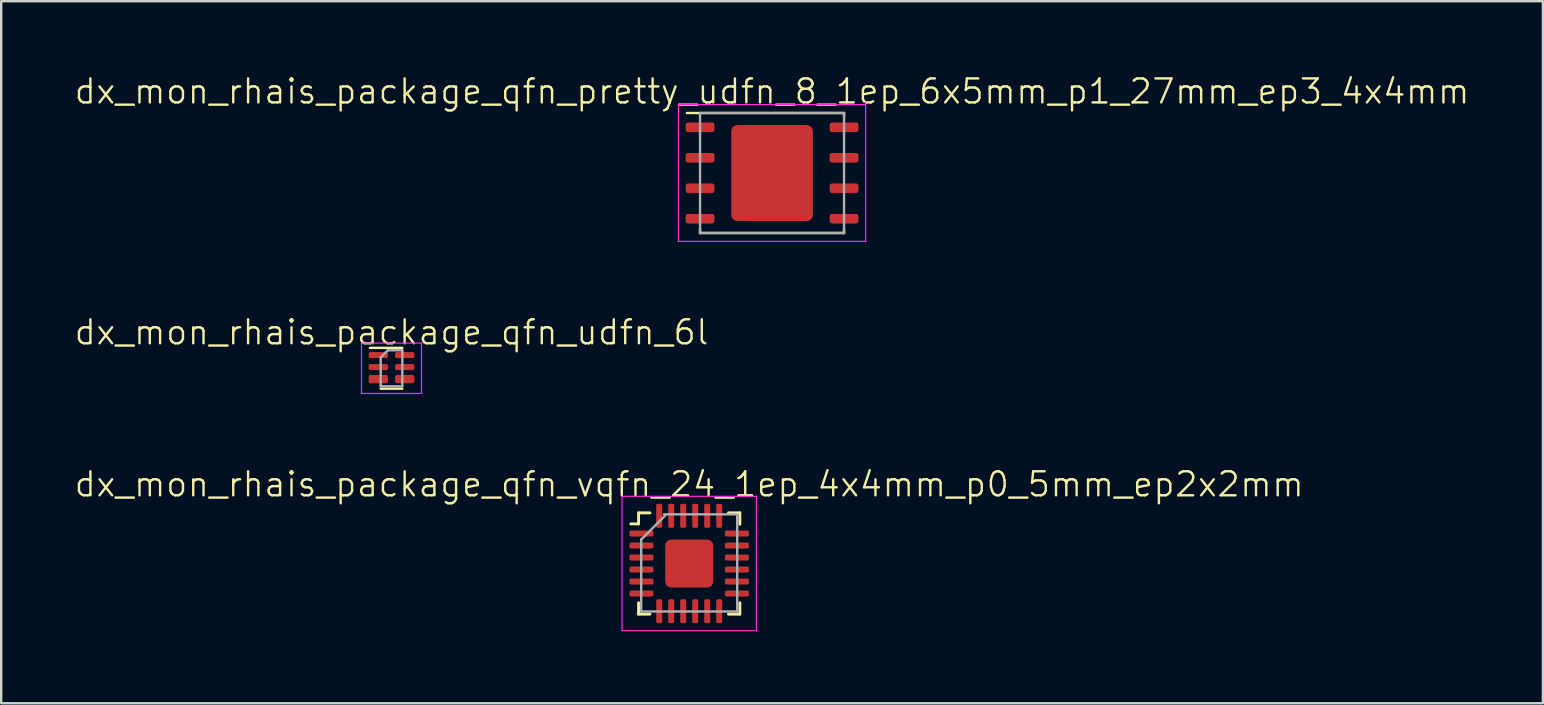
<source format=kicad_pcb>
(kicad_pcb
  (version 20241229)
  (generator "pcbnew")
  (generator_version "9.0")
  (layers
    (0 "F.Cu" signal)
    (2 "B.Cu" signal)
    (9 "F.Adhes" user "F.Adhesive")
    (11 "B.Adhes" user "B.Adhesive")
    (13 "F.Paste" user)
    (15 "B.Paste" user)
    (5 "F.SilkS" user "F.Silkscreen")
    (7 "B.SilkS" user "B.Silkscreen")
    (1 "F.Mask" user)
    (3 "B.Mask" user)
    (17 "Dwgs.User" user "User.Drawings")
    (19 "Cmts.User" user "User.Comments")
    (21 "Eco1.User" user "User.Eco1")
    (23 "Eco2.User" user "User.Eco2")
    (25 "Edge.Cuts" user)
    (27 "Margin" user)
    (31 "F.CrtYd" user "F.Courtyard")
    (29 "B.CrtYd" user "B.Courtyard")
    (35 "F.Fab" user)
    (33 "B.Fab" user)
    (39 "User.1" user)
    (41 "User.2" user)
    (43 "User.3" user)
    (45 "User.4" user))
  (footprint "dx_mon_rhais_package_qfn_udfn_6l"
    (layer "F.Cu")
    (at 13.264 12.296)
    (property "Reference" "dx_mon_rhais_package_qfn_udfn_6l" (at 0 -1.5 0) (unlocked yes) (layer "F.SilkS") (effects (font (size 1 1) (thickness 0.1))))
    (attr smd)
    (fp_line (start -0.9 -0.85) (end 0.45 -0.85) (stroke (width 0.1) (type solid)) (layer "F.SilkS"))
    (fp_line (start -0.45 0.85) (end 0.45 0.85) (stroke (width 0.1) (type solid)) (layer "F.SilkS"))
    (fp_line (start -1.25 -1.05) (end 1.25 -1.05) (stroke (width 0.05) (type solid)) (layer "F.CrtYd"))
    (fp_line (start -1.25 1.05) (end -1.25 -1.05) (stroke (width 0.05) (type solid)) (layer "F.CrtYd"))
    (fp_line (start 1.25 -1.05) (end 1.25 1.05) (stroke (width 0.05) (type solid)) (layer "F.CrtYd"))
    (fp_line (start 1.25 1.05) (end -1.25 1.05) (stroke (width 0.05) (type solid)) (layer "F.CrtYd"))
    (fp_line (start -0.45 -0.45) (end -0.45 0.75) (stroke (width 0.1) (type solid)) (layer "F.Fab"))
    (fp_line (start -0.45 -0.45) (end -0.15 -0.75) (stroke (width 0.1) (type solid)) (layer "F.Fab"))
    (fp_line (start -0.45 0.75) (end 0.45 0.75) (stroke (width 0.1) (type solid)) (layer "F.Fab"))
    (fp_line (start -0.15 -0.75) (end 0.45 -0.75) (stroke (width 0.1) (type solid)) (layer "F.Fab"))
    (fp_line (start 0.45 -0.75) (end 0.45 0.75) (stroke (width 0.1) (type solid)) (layer "F.Fab"))
    (pad "1" smd roundrect (at -0.55 -0.55 270) (size 0.25 0.8) (layers "F.Cu" "F.Mask" "F.Paste") (roundrect_rratio 0.25))
    (pad "2" smd roundrect (at -0.55 -0.05 270) (size 0.25 0.8) (layers "F.Cu" "F.Mask" "F.Paste") (roundrect_rratio 0.25))
    (pad "3" smd roundrect (at -0.55 0.45 270) (size 0.35 0.8) (layers "F.Cu" "F.Mask" "F.Paste") (roundrect_rratio 0.25))
    (pad "4" smd roundrect (at 0.55 0.45 270) (size 0.35 0.8) (layers "F.Cu" "F.Mask" "F.Paste") (roundrect_rratio 0.25))
    (pad "5" smd roundrect (at 0.55 -0.05 270) (size 0.25 0.8) (layers "F.Cu" "F.Mask" "F.Paste") (roundrect_rratio 0.25))
    (pad "6" smd roundrect (at 0.55 -0.55 270) (size 0.25 0.8) (layers "F.Cu" "F.Mask" "F.Paste") (roundrect_rratio 0.25)))
  (footprint "dx_mon_rhais_package_qfn_vqfn_24_1ep_4x4mm_p0_5mm_ep2x2mm"
    (layer "F.Cu")
    (at 25.669 20.431)
    (property "Reference" "dx_mon_rhais_package_qfn_vqfn_24_1ep_4x4mm_p0_5mm_ep2x2mm" (at 0 -3.3 0) (layer "F.SilkS") (effects (font (size 1 1) (thickness 0.1))))
    (attr smd)
    (fp_line (start -2.11 -2.11) (end -2.11 -1.65) (stroke (width 0.12) (type solid)) (layer "F.SilkS"))
    (fp_line (start -2.11 -1.65) (end -2.43 -1.65) (stroke (width 0.12) (type solid)) (layer "F.SilkS"))
    (fp_line (start -2.11 2.11) (end -2.11 1.635) (stroke (width 0.12) (type solid)) (layer "F.SilkS"))
    (fp_line (start -1.635 -2.11) (end -2.11 -2.11) (stroke (width 0.12) (type solid)) (layer "F.SilkS"))
    (fp_line (start -1.635 2.11) (end -2.11 2.11) (stroke (width 0.12) (type solid)) (layer "F.SilkS"))
    (fp_line (start 1.635 -2.11) (end 2.11 -2.11) (stroke (width 0.12) (type solid)) (layer "F.SilkS"))
    (fp_line (start 1.635 2.11) (end 2.11 2.11) (stroke (width 0.12) (type solid)) (layer "F.SilkS"))
    (fp_line (start 2.11 -2.11) (end 2.11 -1.635) (stroke (width 0.12) (type solid)) (layer "F.SilkS"))
    (fp_line (start 2.11 2.11) (end 2.11 1.635) (stroke (width 0.12) (type solid)) (layer "F.SilkS"))
    (fp_line (start -2.8 -2.8) (end -2.8 2.8) (stroke (width 0.05) (type solid)) (layer "F.CrtYd"))
    (fp_line (start -2.8 2.8) (end 2.8 2.8) (stroke (width 0.05) (type solid)) (layer "F.CrtYd"))
    (fp_line (start 2.8 -2.8) (end -2.8 -2.8) (stroke (width 0.05) (type solid)) (layer "F.CrtYd"))
    (fp_line (start 2.8 2.8) (end 2.8 -2.8) (stroke (width 0.05) (type solid)) (layer "F.CrtYd"))
    (fp_line (start -2 -1) (end -1 -2) (stroke (width 0.1) (type solid)) (layer "F.Fab"))
    (fp_line (start -2 2) (end -2 -1) (stroke (width 0.1) (type solid)) (layer "F.Fab"))
    (fp_line (start -1.05 -2.05) (end 1.95 -2.05) (stroke (width 0.1) (type solid)) (layer "F.Fab"))
    (fp_line (start 2 -2) (end 2 2) (stroke (width 0.1) (type solid)) (layer "F.Fab"))
    (fp_line (start 2 2) (end -2 2) (stroke (width 0.1) (type solid)) (layer "F.Fab"))
    (pad "" smd roundrect (at -0.42 -0.42) (size 0.66 0.66) (layers "F.Paste") (roundrect_rratio 0.25))
    (pad "" smd roundrect (at -0.42 0.42) (size 0.66 0.66) (layers "F.Paste") (roundrect_rratio 0.25))
    (pad "" smd roundrect (at 0.42 -0.42) (size 0.66 0.66) (layers "F.Paste") (roundrect_rratio 0.25))
    (pad "" smd roundrect (at 0.42 0.42) (size 0.66 0.66) (layers "F.Paste") (roundrect_rratio 0.25))
    (pad "1" smd roundrect (at -1.988 -1.25) (size 1 0.25) (layers "F.Cu" "F.Mask" "F.Paste") (roundrect_rratio 0.25))
    (pad "2" smd roundrect (at -1.988 -0.75) (size 1 0.25) (layers "F.Cu" "F.Mask" "F.Paste") (roundrect_rratio 0.25))
    (pad "3" smd roundrect (at -1.988 -0.25) (size 1 0.25) (layers "F.Cu" "F.Mask" "F.Paste") (roundrect_rratio 0.25))
    (pad "4" smd roundrect (at -1.988 0.25) (size 1 0.25) (layers "F.Cu" "F.Mask" "F.Paste") (roundrect_rratio 0.25))
    (pad "5" smd roundrect (at -1.988 0.75) (size 1 0.25) (layers "F.Cu" "F.Mask" "F.Paste") (roundrect_rratio 0.25))
    (pad "6" smd roundrect (at -1.988 1.25) (size 1 0.25) (layers "F.Cu" "F.Mask" "F.Paste") (roundrect_rratio 0.25))
    (pad "7" smd roundrect (at -1.25 1.988) (size 0.25 1) (layers "F.Cu" "F.Mask" "F.Paste") (roundrect_rratio 0.25))
    (pad "8" smd roundrect (at -0.75 1.988) (size 0.25 1) (layers "F.Cu" "F.Mask" "F.Paste") (roundrect_rratio 0.25))
    (pad "9" smd roundrect (at -0.25 1.988) (size 0.25 1) (layers "F.Cu" "F.Mask" "F.Paste") (roundrect_rratio 0.25))
    (pad "10" smd roundrect (at 0.25 1.988) (size 0.25 1) (layers "F.Cu" "F.Mask" "F.Paste") (roundrect_rratio 0.25))
    (pad "11" smd roundrect (at 0.75 1.988) (size 0.25 1) (layers "F.Cu" "F.Mask" "F.Paste") (roundrect_rratio 0.25))
    (pad "12" smd roundrect (at 1.25 1.988) (size 0.25 1) (layers "F.Cu" "F.Mask" "F.Paste") (roundrect_rratio 0.25))
    (pad "13" smd roundrect (at 1.988 1.25) (size 1 0.25) (layers "F.Cu" "F.Mask" "F.Paste") (roundrect_rratio 0.25))
    (pad "14" smd roundrect (at 1.988 0.75) (size 1 0.25) (layers "F.Cu" "F.Mask" "F.Paste") (roundrect_rratio 0.25))
    (pad "15" smd roundrect (at 1.988 0.25) (size 1 0.25) (layers "F.Cu" "F.Mask" "F.Paste") (roundrect_rratio 0.25))
    (pad "16" smd roundrect (at 1.988 -0.25) (size 1 0.25) (layers "F.Cu" "F.Mask" "F.Paste") (roundrect_rratio 0.25))
    (pad "17" smd roundrect (at 1.988 -0.75) (size 1 0.25) (layers "F.Cu" "F.Mask" "F.Paste") (roundrect_rratio 0.25))
    (pad "18" smd roundrect (at 1.988 -1.25) (size 1 0.25) (layers "F.Cu" "F.Mask" "F.Paste") (roundrect_rratio 0.25))
    (pad "19" smd roundrect (at 1.25 -1.988) (size 0.25 1) (layers "F.Cu" "F.Mask" "F.Paste") (roundrect_rratio 0.25))
    (pad "20" smd roundrect (at 0.75 -1.988) (size 0.25 1) (layers "F.Cu" "F.Mask" "F.Paste") (roundrect_rratio 0.25))
    (pad "21" smd roundrect (at 0.25 -1.988) (size 0.25 1) (layers "F.Cu" "F.Mask" "F.Paste") (roundrect_rratio 0.25))
    (pad "22" smd roundrect (at -0.25 -1.988) (size 0.25 1) (layers "F.Cu" "F.Mask" "F.Paste") (roundrect_rratio 0.25))
    (pad "23" smd roundrect (at -0.75 -1.988) (size 0.25 1) (layers "F.Cu" "F.Mask" "F.Paste") (roundrect_rratio 0.25))
    (pad "24" smd roundrect (at -1.25 -1.988) (size 0.25 1) (layers "F.Cu" "F.Mask" "F.Paste") (roundrect_rratio 0.25))
    (pad "25" smd roundrect (at 0 0) (size 2 2) (layers "F.Cu" "F.Mask") (roundrect_rratio 0.125)))
  (footprint "dx_mon_rhais_package_qfn_pretty_udfn_8_1ep_6x5mm_p1_27mm_ep3_4x4mm"
    (layer "F.Cu")
    (at 29.121 4.16)
    (property "Reference" "dx_mon_rhais_package_qfn_pretty_udfn_8_1ep_6x5mm_p1_27mm_ep3_4x4mm" (at 0 -3.4 0) (layer "F.SilkS") (effects (font (size 1 1) (thickness 0.1))))
    (attr smd)
    (fp_line (start -3 2.35) (end -3 2.5) (stroke (width 0.1) (type solid)) (layer "F.SilkS"))
    (fp_line (start -3 2.5) (end 3 2.5) (stroke (width 0.1) (type solid)) (layer "F.SilkS"))
    (fp_line (start 3 -2.5) (end -3.55 -2.5) (stroke (width 0.1) (type solid)) (layer "F.SilkS"))
    (fp_line (start 3 -2.5) (end 3 -2.35) (stroke (width 0.1) (type solid)) (layer "F.SilkS"))
    (fp_line (start 3 2.35) (end 3 2.5) (stroke (width 0.1) (type solid)) (layer "F.SilkS"))
    (fp_line (start -3.9 -2.85) (end -3.9 2.85) (stroke (width 0.05) (type solid)) (layer "F.CrtYd"))
    (fp_line (start -3.9 2.85) (end 3.9 2.85) (stroke (width 0.05) (type solid)) (layer "F.CrtYd"))
    (fp_line (start 3.9 -2.85) (end -3.9 -2.85) (stroke (width 0.05) (type solid)) (layer "F.CrtYd"))
    (fp_line (start 3.9 2.85) (end 3.9 -2.95) (stroke (width 0.05) (type solid)) (layer "F.CrtYd"))
    (fp_line (start -3 -2.5) (end -3 2.5) (stroke (width 0.1) (type solid)) (layer "F.Fab"))
    (fp_line (start -3 2.5) (end 3 2.5) (stroke (width 0.1) (type solid)) (layer "F.Fab"))
    (fp_line (start 3 -2.5) (end -3 -2.5) (stroke (width 0.1) (type solid)) (layer "F.Fab"))
    (fp_line (start 3 2.5) (end 3 -2.5) (stroke (width 0.1) (type solid)) (layer "F.Fab"))
    (pad "" smd roundrect (at -0.85 -1) (size 1.37 1.61) (layers "F.Paste") (roundrect_rratio 0.182))
    (pad "" smd roundrect (at -0.85 1) (size 1.37 1.61) (layers "F.Paste") (roundrect_rratio 0.182))
    (pad "" smd roundrect (at 0.85 -1) (size 1.37 1.61) (layers "F.Paste") (roundrect_rratio 0.182))
    (pad "" smd roundrect (at 0.85 1) (size 1.37 1.61) (layers "F.Paste") (roundrect_rratio 0.182))
    (pad "1" smd roundrect (at -3 -1.905) (size 1.2 0.4) (layers "F.Cu" "F.Mask" "F.Paste") (roundrect_rratio 0.25))
    (pad "2" smd roundrect (at -3 -0.635) (size 1.2 0.4) (layers "F.Cu" "F.Mask" "F.Paste") (roundrect_rratio 0.25))
    (pad "3" smd roundrect (at -3 0.635) (size 1.2 0.4) (layers "F.Cu" "F.Mask" "F.Paste") (roundrect_rratio 0.25))
    (pad "4" smd roundrect (at -3 1.905) (size 1.2 0.4) (layers "F.Cu" "F.Mask" "F.Paste") (roundrect_rratio 0.25))
    (pad "5" smd roundrect (at 3 1.905) (size 1.2 0.4) (layers "F.Cu" "F.Mask" "F.Paste") (roundrect_rratio 0.25))
    (pad "6" smd roundrect (at 3 0.635) (size 1.2 0.4) (layers "F.Cu" "F.Mask" "F.Paste") (roundrect_rratio 0.25))
    (pad "7" smd roundrect (at 3 -0.635) (size 1.2 0.4) (layers "F.Cu" "F.Mask" "F.Paste") (roundrect_rratio 0.25))
    (pad "8" smd roundrect (at 3 -1.905) (size 1.2 0.4) (layers "F.Cu" "F.Mask" "F.Paste") (roundrect_rratio 0.25))
    (pad "9" smd roundrect (at 0 0) (size 3.4 4) (layers "F.Cu" "F.Mask") (roundrect_rratio 0.074)))
  (gr_rect
    (start -3 -3)
    (end 61.243 26.256)
    (stroke (width 0.1) (type default))
    (fill no)
    (layer "Edge.Cuts")))
</source>
